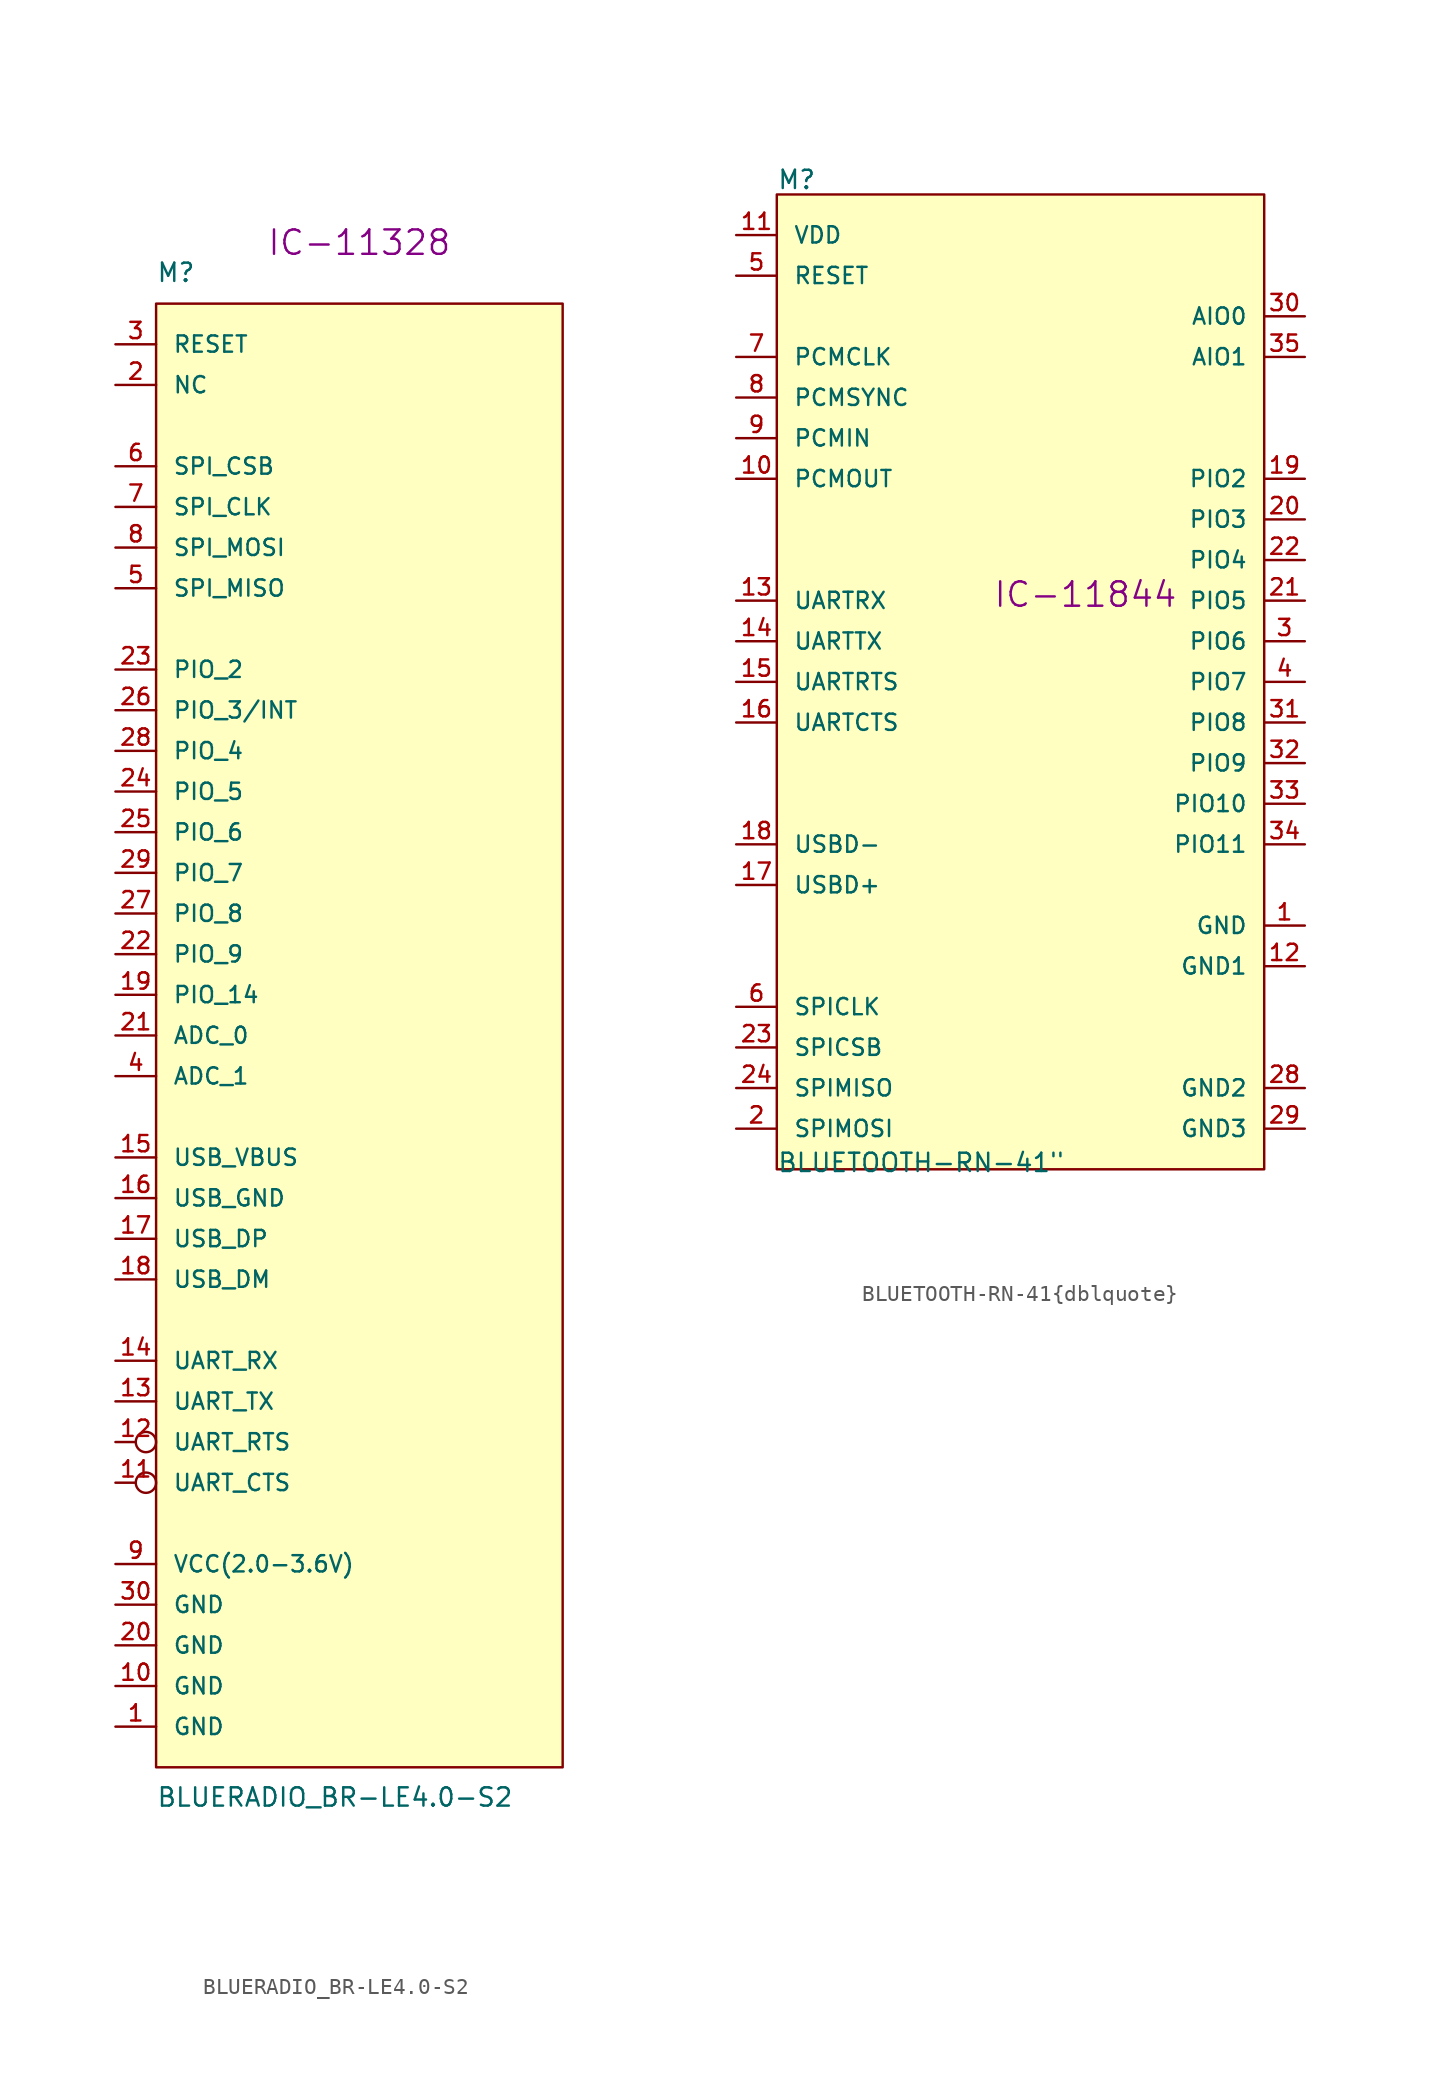
<source format=kicad_sym>
(kicad_symbol_lib
  (version 20220914)
  (generator kicad_symbol_editor)
  (symbol "BLUERADIO_BR-LE4.0-S2"
    (pin_names
      (offset 1.016))
    (property "Reference" "M"
      (at -12.7 44.45 0)
      (effects (font (size 1.143 1.143)) (justify left bottom)))
    (property "Value" "BLUERADIO_BR-LE4.0-S2"
      (at -12.7 -50.8 0)
      (effects (font (size 1.143 1.143)) (justify left bottom)))
    (property "Field4" "IC-11328"
      (at 0 46.99 0)
      (effects (font (size 1.524 1.524))))
    (property "ki_locked" ""
      (at 0 0 0)
      (effects (font (size 1.27 1.27))))
    (symbol "BLUERADIO_BR-LE4.0-S2_1_1"
      (polyline (pts (xy -12.7 43.18) (xy 12.7 43.18) (xy 12.7 -48.26) (xy -12.7 -48.26) (xy -12.7 43.18)) (stroke (width 0) (type solid)) (fill (type background)))
      (pin power_in line (at -15.24 -45.72 0) (length 2.54) (name "GND" (effects (font (size 1.016 1.016)))) (number "1" (effects (font (size 1.016 1.016)))))
      (pin power_in line (at -15.24 -43.18 0) (length 2.54) (name "GND" (effects (font (size 1.016 1.016)))) (number "10" (effects (font (size 1.016 1.016)))))
      (pin input inverted (at -15.24 -30.48 0) (length 2.54) (name "UART_CTS" (effects (font (size 1.016 1.016)))) (number "11" (effects (font (size 1.016 1.016)))))
      (pin output inverted (at -15.24 -27.94 0) (length 2.54) (name "UART_RTS" (effects (font (size 1.016 1.016)))) (number "12" (effects (font (size 1.016 1.016)))))
      (pin output line (at -15.24 -25.4 0) (length 2.54) (name "UART_TX" (effects (font (size 1.016 1.016)))) (number "13" (effects (font (size 1.016 1.016)))))
      (pin input line (at -15.24 -22.86 0) (length 2.54) (name "UART_RX" (effects (font (size 1.016 1.016)))) (number "14" (effects (font (size 1.016 1.016)))))
      (pin bidirectional line (at -15.24 -10.16 0) (length 2.54) (name "USB_VBUS" (effects (font (size 1.016 1.016)))) (number "15" (effects (font (size 1.016 1.016)))))
      (pin bidirectional line (at -15.24 -12.7 0) (length 2.54) (name "USB_GND" (effects (font (size 1.016 1.016)))) (number "16" (effects (font (size 1.016 1.016)))))
      (pin bidirectional line (at -15.24 -15.24 0) (length 2.54) (name "USB_DP" (effects (font (size 1.016 1.016)))) (number "17" (effects (font (size 1.016 1.016)))))
      (pin bidirectional line (at -15.24 -17.78 0) (length 2.54) (name "USB_DM" (effects (font (size 1.016 1.016)))) (number "18" (effects (font (size 1.016 1.016)))))
      (pin bidirectional line (at -15.24 0 0) (length 2.54) (name "PIO_14" (effects (font (size 1.016 1.016)))) (number "19" (effects (font (size 1.016 1.016)))))
      (pin unspecified line (at -15.24 38.1 0) (length 2.54) (name "NC" (effects (font (size 1.016 1.016)))) (number "2" (effects (font (size 1.016 1.016)))))
      (pin power_in line (at -15.24 -40.64 0) (length 2.54) (name "GND" (effects (font (size 1.016 1.016)))) (number "20" (effects (font (size 1.016 1.016)))))
      (pin input line (at -15.24 -2.54 0) (length 2.54) (name "ADC_0" (effects (font (size 1.016 1.016)))) (number "21" (effects (font (size 1.016 1.016)))))
      (pin bidirectional line (at -15.24 2.54 0) (length 2.54) (name "PIO_9" (effects (font (size 1.016 1.016)))) (number "22" (effects (font (size 1.016 1.016)))))
      (pin bidirectional line (at -15.24 20.32 0) (length 2.54) (name "PIO_2" (effects (font (size 1.016 1.016)))) (number "23" (effects (font (size 1.016 1.016)))))
      (pin bidirectional line (at -15.24 12.7 0) (length 2.54) (name "PIO_5" (effects (font (size 1.016 1.016)))) (number "24" (effects (font (size 1.016 1.016)))))
      (pin bidirectional line (at -15.24 10.16 0) (length 2.54) (name "PIO_6" (effects (font (size 1.016 1.016)))) (number "25" (effects (font (size 1.016 1.016)))))
      (pin bidirectional line (at -15.24 17.78 0) (length 2.54) (name "PIO_3/INT" (effects (font (size 1.016 1.016)))) (number "26" (effects (font (size 1.016 1.016)))))
      (pin bidirectional line (at -15.24 5.08 0) (length 2.54) (name "PIO_8" (effects (font (size 1.016 1.016)))) (number "27" (effects (font (size 1.016 1.016)))))
      (pin bidirectional line (at -15.24 15.24 0) (length 2.54) (name "PIO_4" (effects (font (size 1.016 1.016)))) (number "28" (effects (font (size 1.016 1.016)))))
      (pin bidirectional line (at -15.24 7.62 0) (length 2.54) (name "PIO_7" (effects (font (size 1.016 1.016)))) (number "29" (effects (font (size 1.016 1.016)))))
      (pin input line (at -15.24 40.64 0) (length 2.54) (name "RESET" (effects (font (size 1.016 1.016)))) (number "3" (effects (font (size 1.016 1.016)))))
      (pin power_in line (at -15.24 -38.1 0) (length 2.54) (name "GND" (effects (font (size 1.016 1.016)))) (number "30" (effects (font (size 1.016 1.016)))))
      (pin input line (at -15.24 -5.08 0) (length 2.54) (name "ADC_1" (effects (font (size 1.016 1.016)))) (number "4" (effects (font (size 1.016 1.016)))))
      (pin bidirectional line (at -15.24 25.4 0) (length 2.54) (name "SPI_MISO" (effects (font (size 1.016 1.016)))) (number "5" (effects (font (size 1.016 1.016)))))
      (pin bidirectional line (at -15.24 33.02 0) (length 2.54) (name "SPI_CSB" (effects (font (size 1.016 1.016)))) (number "6" (effects (font (size 1.016 1.016)))))
      (pin bidirectional line (at -15.24 30.48 0) (length 2.54) (name "SPI_CLK" (effects (font (size 1.016 1.016)))) (number "7" (effects (font (size 1.016 1.016)))))
      (pin bidirectional line (at -15.24 27.94 0) (length 2.54) (name "SPI_MOSI" (effects (font (size 1.016 1.016)))) (number "8" (effects (font (size 1.016 1.016)))))
      (pin power_in line (at -15.24 -35.56 0) (length 2.54) (name "VCC(2.0-3.6V)" (effects (font (size 1.016 1.016)))) (number "9" (effects (font (size 1.016 1.016)))))))
  (symbol "BLUETOOTH-RN-41{dblquote}"
    (pin_names
      (offset 1.016))
    (property "Reference" "M"
      (at -15.24 30.734 0)
      (effects (font (size 1.143 1.143)) (justify left bottom)))
    (property "Value" "BLUETOOTH-RN-41\""
      (at -15.24 -30.734 0)
      (effects (font (size 1.143 1.143)) (justify left bottom)))
    (property "Field4" "IC-11844"
      (at 4.064 5.461 0)
      (effects (font (size 1.524 1.524))))
    (property "ki_locked" ""
      (at 0 0 0)
      (effects (font (size 1.27 1.27))))
    (symbol "BLUETOOTH-RN-41{dblquote}_1_1"
      (polyline (pts (xy -15.24 -30.48) (xy 15.24 -30.48) (xy 15.24 30.48) (xy -15.24 30.48) (xy -15.24 -30.48)) (stroke (width 0) (type solid)) (fill (type background)))
      (pin bidirectional line (at 17.78 -15.24 180) (length 2.54) (name "GND" (effects (font (size 1.016 1.016)))) (number "1" (effects (font (size 1.016 1.016)))))
      (pin bidirectional line (at -17.78 12.7 0) (length 2.54) (name "PCMOUT" (effects (font (size 1.016 1.016)))) (number "10" (effects (font (size 1.016 1.016)))))
      (pin bidirectional line (at -17.78 27.94 0) (length 2.54) (name "VDD" (effects (font (size 1.016 1.016)))) (number "11" (effects (font (size 1.016 1.016)))))
      (pin bidirectional line (at 17.78 -17.78 180) (length 2.54) (name "GND1" (effects (font (size 1.016 1.016)))) (number "12" (effects (font (size 1.016 1.016)))))
      (pin bidirectional line (at -17.78 5.08 0) (length 2.54) (name "UARTRX" (effects (font (size 1.016 1.016)))) (number "13" (effects (font (size 1.016 1.016)))))
      (pin bidirectional line (at -17.78 2.54 0) (length 2.54) (name "UARTTX" (effects (font (size 1.016 1.016)))) (number "14" (effects (font (size 1.016 1.016)))))
      (pin bidirectional line (at -17.78 0 0) (length 2.54) (name "UARTRTS" (effects (font (size 1.016 1.016)))) (number "15" (effects (font (size 1.016 1.016)))))
      (pin bidirectional line (at -17.78 -2.54 0) (length 2.54) (name "UARTCTS" (effects (font (size 1.016 1.016)))) (number "16" (effects (font (size 1.016 1.016)))))
      (pin bidirectional line (at -17.78 -12.7 0) (length 2.54) (name "USBD+" (effects (font (size 1.016 1.016)))) (number "17" (effects (font (size 1.016 1.016)))))
      (pin bidirectional line (at -17.78 -10.16 0) (length 2.54) (name "USBD-" (effects (font (size 1.016 1.016)))) (number "18" (effects (font (size 1.016 1.016)))))
      (pin bidirectional line (at 17.78 12.7 180) (length 2.54) (name "PIO2" (effects (font (size 1.016 1.016)))) (number "19" (effects (font (size 1.016 1.016)))))
      (pin bidirectional line (at -17.78 -27.94 0) (length 2.54) (name "SPIMOSI" (effects (font (size 1.016 1.016)))) (number "2" (effects (font (size 1.016 1.016)))))
      (pin bidirectional line (at 17.78 10.16 180) (length 2.54) (name "PIO3" (effects (font (size 1.016 1.016)))) (number "20" (effects (font (size 1.016 1.016)))))
      (pin bidirectional line (at 17.78 5.08 180) (length 2.54) (name "PIO5" (effects (font (size 1.016 1.016)))) (number "21" (effects (font (size 1.016 1.016)))))
      (pin bidirectional line (at 17.78 7.62 180) (length 2.54) (name "PIO4" (effects (font (size 1.016 1.016)))) (number "22" (effects (font (size 1.016 1.016)))))
      (pin bidirectional line (at -17.78 -22.86 0) (length 2.54) (name "SPICSB" (effects (font (size 1.016 1.016)))) (number "23" (effects (font (size 1.016 1.016)))))
      (pin bidirectional line (at -17.78 -25.4 0) (length 2.54) (name "SPIMISO" (effects (font (size 1.016 1.016)))) (number "24" (effects (font (size 1.016 1.016)))))
      (pin bidirectional line (at 17.78 -25.4 180) (length 2.54) (name "GND2" (effects (font (size 1.016 1.016)))) (number "28" (effects (font (size 1.016 1.016)))))
      (pin bidirectional line (at 17.78 -27.94 180) (length 2.54) (name "GND3" (effects (font (size 1.016 1.016)))) (number "29" (effects (font (size 1.016 1.016)))))
      (pin bidirectional line (at 17.78 2.54 180) (length 2.54) (name "PIO6" (effects (font (size 1.016 1.016)))) (number "3" (effects (font (size 1.016 1.016)))))
      (pin bidirectional line (at 17.78 22.86 180) (length 2.54) (name "AIO0" (effects (font (size 1.016 1.016)))) (number "30" (effects (font (size 1.016 1.016)))))
      (pin bidirectional line (at 17.78 -2.54 180) (length 2.54) (name "PIO8" (effects (font (size 1.016 1.016)))) (number "31" (effects (font (size 1.016 1.016)))))
      (pin bidirectional line (at 17.78 -5.08 180) (length 2.54) (name "PIO9" (effects (font (size 1.016 1.016)))) (number "32" (effects (font (size 1.016 1.016)))))
      (pin bidirectional line (at 17.78 -7.62 180) (length 2.54) (name "PIO10" (effects (font (size 1.016 1.016)))) (number "33" (effects (font (size 1.016 1.016)))))
      (pin bidirectional line (at 17.78 -10.16 180) (length 2.54) (name "PIO11" (effects (font (size 1.016 1.016)))) (number "34" (effects (font (size 1.016 1.016)))))
      (pin bidirectional line (at 17.78 20.32 180) (length 2.54) (name "AIO1" (effects (font (size 1.016 1.016)))) (number "35" (effects (font (size 1.016 1.016)))))
      (pin bidirectional line (at 17.78 0 180) (length 2.54) (name "PIO7" (effects (font (size 1.016 1.016)))) (number "4" (effects (font (size 1.016 1.016)))))
      (pin bidirectional line (at -17.78 25.4 0) (length 2.54) (name "RESET" (effects (font (size 1.016 1.016)))) (number "5" (effects (font (size 1.016 1.016)))))
      (pin bidirectional line (at -17.78 -20.32 0) (length 2.54) (name "SPICLK" (effects (font (size 1.016 1.016)))) (number "6" (effects (font (size 1.016 1.016)))))
      (pin bidirectional line (at -17.78 20.32 0) (length 2.54) (name "PCMCLK" (effects (font (size 1.016 1.016)))) (number "7" (effects (font (size 1.016 1.016)))))
      (pin bidirectional line (at -17.78 17.78 0) (length 2.54) (name "PCMSYNC" (effects (font (size 1.016 1.016)))) (number "8" (effects (font (size 1.016 1.016)))))
      (pin bidirectional line (at -17.78 15.24 0) (length 2.54) (name "PCMIN" (effects (font (size 1.016 1.016)))) (number "9" (effects (font (size 1.016 1.016))))))))
</source>
